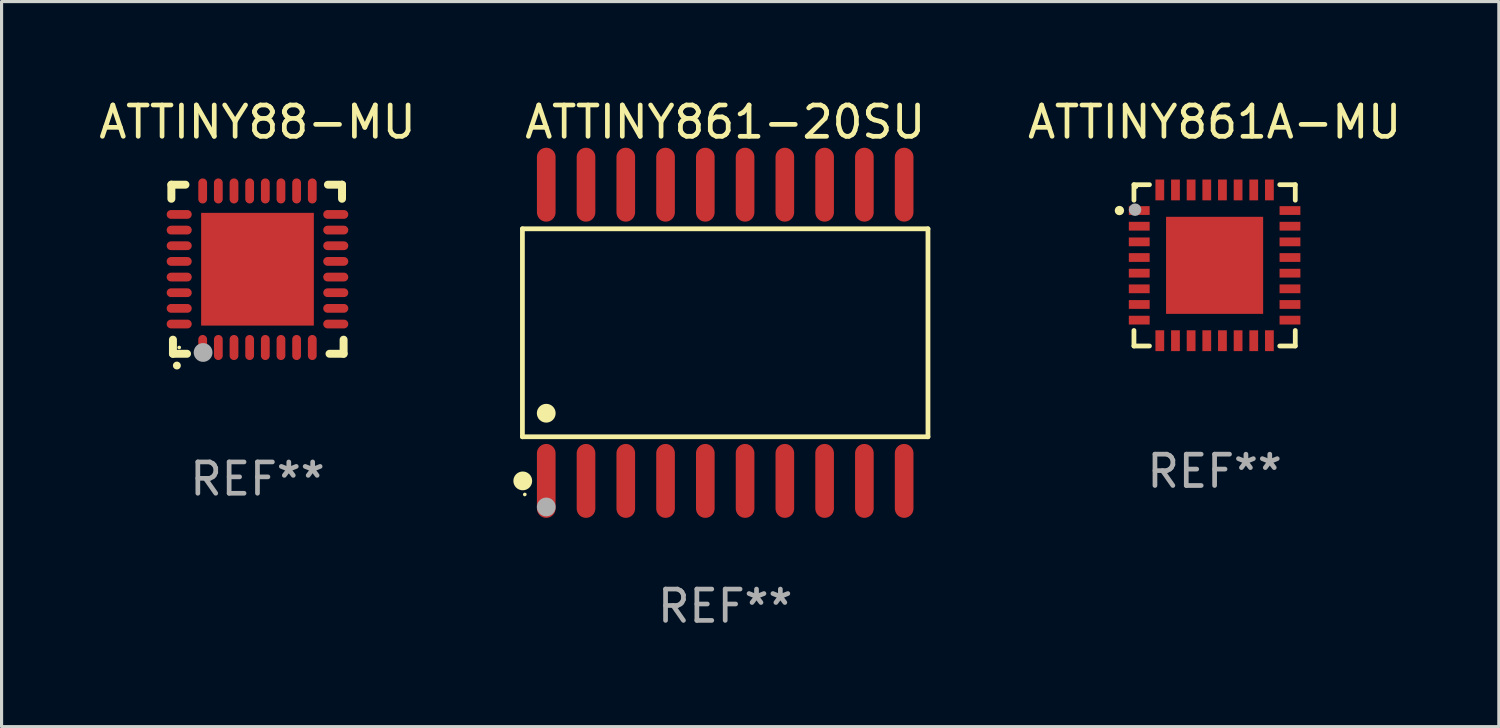
<source format=kicad_pcb>
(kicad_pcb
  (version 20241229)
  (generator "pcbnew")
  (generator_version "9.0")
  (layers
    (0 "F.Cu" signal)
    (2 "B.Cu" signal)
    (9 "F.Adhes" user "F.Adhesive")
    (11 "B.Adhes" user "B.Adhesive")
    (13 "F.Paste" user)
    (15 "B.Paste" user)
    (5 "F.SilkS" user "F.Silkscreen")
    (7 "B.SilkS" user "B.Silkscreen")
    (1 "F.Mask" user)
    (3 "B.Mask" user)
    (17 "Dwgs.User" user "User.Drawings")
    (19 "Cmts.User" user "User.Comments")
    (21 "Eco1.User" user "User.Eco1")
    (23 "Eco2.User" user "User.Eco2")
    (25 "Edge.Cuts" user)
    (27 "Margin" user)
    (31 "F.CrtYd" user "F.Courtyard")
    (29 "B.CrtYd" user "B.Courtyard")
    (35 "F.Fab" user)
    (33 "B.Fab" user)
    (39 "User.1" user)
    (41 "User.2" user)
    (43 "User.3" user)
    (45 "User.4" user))
  (footprint "ATTINY861A-MU"
    (layer "F.Cu")
    (at 35.74 5.424)
    (property "Reference" "ATTINY861A-MU" (at 0 -4.576 0) (layer "F.SilkS") (effects (font (size 1 1) (thickness 0.15))))
    (attr through_hole)
    (fp_line (start -2.576 -2.576) (end -2.576 -2.08) (stroke (width 0.152) (type solid)) (layer "F.SilkS"))
    (fp_line (start -2.576 2.576) (end -2.576 2.08) (stroke (width 0.152) (type solid)) (layer "F.SilkS"))
    (fp_line (start -2.08 -2.576) (end -2.576 -2.576) (stroke (width 0.152) (type solid)) (layer "F.SilkS"))
    (fp_line (start -2.08 2.576) (end -2.576 2.576) (stroke (width 0.152) (type solid)) (layer "F.SilkS"))
    (fp_line (start 2.08 -2.576) (end 2.576 -2.576) (stroke (width 0.152) (type solid)) (layer "F.SilkS"))
    (fp_line (start 2.08 2.576) (end 2.576 2.576) (stroke (width 0.152) (type solid)) (layer "F.SilkS"))
    (fp_line (start 2.576 -2.576) (end 2.576 -2.08) (stroke (width 0.152) (type solid)) (layer "F.SilkS"))
    (fp_line (start 2.576 2.576) (end 2.576 2.08) (stroke (width 0.152) (type solid)) (layer "F.SilkS"))
    (fp_circle (center -3.04 -1.75) (end -2.965 -1.75) (stroke (width 0.15) (type solid)) (fill no) (layer "F.SilkS"))
    (fp_circle (center -2.5 -2.5) (end -2.47 -2.5) (stroke (width 0.06) (type solid)) (fill no) (layer "F.SilkS"))
    (fp_circle (center -2.54 -1.778) (end -2.44 -1.778) (stroke (width 0.2) (type solid)) (fill no) (layer "F.Fab"))
    (fp_text user "REF**" (at 0 6.576 0) (layer "F.Fab") (effects (font (size 1 1) (thickness 0.15))))
    (pad "1" smd rect (at -2.407 -1.75) (size 0.665 0.28) (layers "F.Cu" "F.Mask" "F.Paste"))
    (pad "2" smd rect (at -2.407 -1.25) (size 0.665 0.28) (layers "F.Cu" "F.Mask" "F.Paste"))
    (pad "3" smd rect (at -2.407 -0.75) (size 0.665 0.28) (layers "F.Cu" "F.Mask" "F.Paste"))
    (pad "4" smd rect (at -2.407 -0.25) (size 0.665 0.28) (layers "F.Cu" "F.Mask" "F.Paste"))
    (pad "5" smd rect (at -2.407 0.25) (size 0.665 0.28) (layers "F.Cu" "F.Mask" "F.Paste"))
    (pad "6" smd rect (at -2.407 0.75) (size 0.665 0.28) (layers "F.Cu" "F.Mask" "F.Paste"))
    (pad "7" smd rect (at -2.407 1.25) (size 0.665 0.28) (layers "F.Cu" "F.Mask" "F.Paste"))
    (pad "8" smd rect (at -2.407 1.75) (size 0.665 0.28) (layers "F.Cu" "F.Mask" "F.Paste"))
    (pad "9" smd rect (at -1.75 2.407) (size 0.28 0.665) (layers "F.Cu" "F.Mask" "F.Paste"))
    (pad "10" smd rect (at -1.25 2.407) (size 0.28 0.665) (layers "F.Cu" "F.Mask" "F.Paste"))
    (pad "11" smd rect (at -0.75 2.407) (size 0.28 0.665) (layers "F.Cu" "F.Mask" "F.Paste"))
    (pad "12" smd rect (at -0.25 2.407) (size 0.28 0.665) (layers "F.Cu" "F.Mask" "F.Paste"))
    (pad "13" smd rect (at 0.25 2.407) (size 0.28 0.665) (layers "F.Cu" "F.Mask" "F.Paste"))
    (pad "14" smd rect (at 0.75 2.407) (size 0.28 0.665) (layers "F.Cu" "F.Mask" "F.Paste"))
    (pad "15" smd rect (at 1.25 2.407) (size 0.28 0.665) (layers "F.Cu" "F.Mask" "F.Paste"))
    (pad "16" smd rect (at 1.75 2.407) (size 0.28 0.665) (layers "F.Cu" "F.Mask" "F.Paste"))
    (pad "17" smd rect (at 2.407 1.75) (size 0.665 0.28) (layers "F.Cu" "F.Mask" "F.Paste"))
    (pad "18" smd rect (at 2.407 1.25) (size 0.665 0.28) (layers "F.Cu" "F.Mask" "F.Paste"))
    (pad "19" smd rect (at 2.407 0.75) (size 0.665 0.28) (layers "F.Cu" "F.Mask" "F.Paste"))
    (pad "20" smd rect (at 2.407 0.25) (size 0.665 0.28) (layers "F.Cu" "F.Mask" "F.Paste"))
    (pad "21" smd rect (at 2.407 -0.25) (size 0.665 0.28) (layers "F.Cu" "F.Mask" "F.Paste"))
    (pad "22" smd rect (at 2.407 -0.75) (size 0.665 0.28) (layers "F.Cu" "F.Mask" "F.Paste"))
    (pad "23" smd rect (at 2.407 -1.25) (size 0.665 0.28) (layers "F.Cu" "F.Mask" "F.Paste"))
    (pad "24" smd rect (at 2.407 -1.75) (size 0.665 0.28) (layers "F.Cu" "F.Mask" "F.Paste"))
    (pad "25" smd rect (at 1.75 -2.408) (size 0.28 0.665) (layers "F.Cu" "F.Mask" "F.Paste"))
    (pad "26" smd rect (at 1.25 -2.408) (size 0.28 0.665) (layers "F.Cu" "F.Mask" "F.Paste"))
    (pad "27" smd rect (at 0.75 -2.408) (size 0.28 0.665) (layers "F.Cu" "F.Mask" "F.Paste"))
    (pad "28" smd rect (at 0.25 -2.408) (size 0.28 0.665) (layers "F.Cu" "F.Mask" "F.Paste"))
    (pad "29" smd rect (at -0.25 -2.408) (size 0.28 0.665) (layers "F.Cu" "F.Mask" "F.Paste"))
    (pad "30" smd rect (at -0.75 -2.408) (size 0.28 0.665) (layers "F.Cu" "F.Mask" "F.Paste"))
    (pad "31" smd rect (at -1.25 -2.408) (size 0.28 0.665) (layers "F.Cu" "F.Mask" "F.Paste"))
    (pad "32" smd rect (at -1.75 -2.408) (size 0.28 0.665) (layers "F.Cu" "F.Mask" "F.Paste"))
    (pad "33" smd rect (at -0.000076 -0.000102) (size 3.1 3.1) (layers "F.Cu" "F.Mask" "F.Paste")))
  (footprint "ATTINY861-20SU"
    (layer "F.Cu")
    (at 20.11 7.578)
    (property "Reference" "ATTINY861-20SU" (at 0 -6.73 0) (layer "F.SilkS") (effects (font (size 1 1) (thickness 0.15))))
    (attr through_hole)
    (fp_line (start -6.476 -3.321) (end 6.476 -3.321) (stroke (width 0.152) (type solid)) (layer "F.SilkS"))
    (fp_line (start -6.476 3.321) (end -6.476 -3.321) (stroke (width 0.152) (type solid)) (layer "F.SilkS"))
    (fp_line (start 6.476 -3.321) (end 6.476 3.321) (stroke (width 0.152) (type solid)) (layer "F.SilkS"))
    (fp_line (start 6.476 3.321) (end -6.476 3.321) (stroke (width 0.152) (type solid)) (layer "F.SilkS"))
    (fp_circle (center -6.465 4.73) (end -6.315 4.73) (stroke (width 0.3) (type solid)) (fill no) (layer "F.SilkS"))
    (fp_circle (center -6.4 5.163) (end -6.37 5.163) (stroke (width 0.06) (type solid)) (fill no) (layer "F.SilkS"))
    (fp_circle (center -5.715 2.569) (end -5.565 2.569) (stroke (width 0.3) (type solid)) (fill no) (layer "F.SilkS"))
    (fp_circle (center -5.715 5.563) (end -5.565 5.563) (stroke (width 0.3) (type solid)) (fill no) (layer "F.Fab"))
    (fp_text user "REF**" (at 0 8.73 0) (layer "F.Fab") (effects (font (size 1 1) (thickness 0.15))))
    (pad "1" smd oval (at -5.715 4.73) (size 0.595 2.36) (layers "F.Cu" "F.Mask" "F.Paste"))
    (pad "2" smd oval (at -4.445 4.73) (size 0.595 2.36) (layers "F.Cu" "F.Mask" "F.Paste"))
    (pad "3" smd oval (at -3.175 4.73) (size 0.595 2.36) (layers "F.Cu" "F.Mask" "F.Paste"))
    (pad "4" smd oval (at -1.905 4.73) (size 0.595 2.36) (layers "F.Cu" "F.Mask" "F.Paste"))
    (pad "5" smd oval (at -0.635 4.73) (size 0.595 2.36) (layers "F.Cu" "F.Mask" "F.Paste"))
    (pad "6" smd oval (at 0.635 4.73) (size 0.595 2.36) (layers "F.Cu" "F.Mask" "F.Paste"))
    (pad "7" smd oval (at 1.905 4.73) (size 0.595 2.36) (layers "F.Cu" "F.Mask" "F.Paste"))
    (pad "8" smd oval (at 3.175 4.73) (size 0.595 2.36) (layers "F.Cu" "F.Mask" "F.Paste"))
    (pad "9" smd oval (at 4.445 4.73) (size 0.595 2.36) (layers "F.Cu" "F.Mask" "F.Paste"))
    (pad "10" smd oval (at 5.715 4.73) (size 0.595 2.36) (layers "F.Cu" "F.Mask" "F.Paste"))
    (pad "11" smd oval (at 5.715 -4.73) (size 0.595 2.36) (layers "F.Cu" "F.Mask" "F.Paste"))
    (pad "12" smd oval (at 4.445 -4.73) (size 0.595 2.36) (layers "F.Cu" "F.Mask" "F.Paste"))
    (pad "13" smd oval (at 3.175 -4.73) (size 0.595 2.36) (layers "F.Cu" "F.Mask" "F.Paste"))
    (pad "14" smd oval (at 1.905 -4.73) (size 0.595 2.36) (layers "F.Cu" "F.Mask" "F.Paste"))
    (pad "15" smd oval (at 0.635 -4.73) (size 0.595 2.36) (layers "F.Cu" "F.Mask" "F.Paste"))
    (pad "16" smd oval (at -0.635 -4.73) (size 0.595 2.36) (layers "F.Cu" "F.Mask" "F.Paste"))
    (pad "17" smd oval (at -1.905 -4.73) (size 0.595 2.36) (layers "F.Cu" "F.Mask" "F.Paste"))
    (pad "18" smd oval (at -3.175 -4.73) (size 0.595 2.36) (layers "F.Cu" "F.Mask" "F.Paste"))
    (pad "19" smd oval (at -4.445 -4.73) (size 0.595 2.36) (layers "F.Cu" "F.Mask" "F.Paste"))
    (pad "20" smd oval (at -5.715 -4.73) (size 0.595 2.36) (layers "F.Cu" "F.Mask" "F.Paste")))
  (footprint "ATTINY88-MU"
    (layer "F.Cu")
    (at 5.173 5.548)
    (property "Reference" "ATTINY88-MU" (at 0 -4.7 0) (layer "F.SilkS") (effects (font (size 1 1) (thickness 0.15))))
    (attr through_hole)
    (fp_line (start -2.75 -2.7) (end -2.75 -2.25) (stroke (width 0.254) (type solid)) (layer "F.SilkS"))
    (fp_line (start -2.7 2.7) (end -2.7 2.25) (stroke (width 0.254) (type solid)) (layer "F.SilkS"))
    (fp_line (start -2.3 -2.7) (end -2.75 -2.7) (stroke (width 0.254) (type solid)) (layer "F.SilkS"))
    (fp_line (start -2.25 2.7) (end -2.7 2.7) (stroke (width 0.254) (type solid)) (layer "F.SilkS"))
    (fp_line (start 2.3 2.7) (end 2.75 2.7) (stroke (width 0.254) (type solid)) (layer "F.SilkS"))
    (fp_line (start 2.7 -2.7) (end 2.25 -2.7) (stroke (width 0.254) (type solid)) (layer "F.SilkS"))
    (fp_line (start 2.7 -2.25) (end 2.7 -2.7) (stroke (width 0.254) (type solid)) (layer "F.SilkS"))
    (fp_line (start 2.75 2.7) (end 2.75 2.25) (stroke (width 0.254) (type solid)) (layer "F.SilkS"))
    (fp_arc (start -2.575565 3.075946) (mid -2.574295 3.07594) (end -2.573025 3.075946) (stroke (width 0.25) (type solid)) (layer "F.SilkS"))
    (fp_circle (center -2.5 2.5) (end -2.47 2.5) (stroke (width 0.06) (type solid)) (fill no) (layer "F.SilkS"))
    (fp_circle (center -1.737 2.659) (end -1.587 2.659) (stroke (width 0.3) (type solid)) (fill no) (layer "F.Fab"))
    (fp_text user "REF**" (at 0 6.7 0) (layer "F.Fab") (effects (font (size 1 1) (thickness 0.15))))
    (pad "1" smd oval (at -1.75 2.5) (size 0.28 0.8) (layers "F.Cu" "F.Mask" "F.Paste"))
    (pad "2" smd oval (at -1.25 2.5) (size 0.28 0.8) (layers "F.Cu" "F.Mask" "F.Paste"))
    (pad "3" smd oval (at -0.75 2.5) (size 0.28 0.8) (layers "F.Cu" "F.Mask" "F.Paste"))
    (pad "4" smd oval (at -0.25 2.5) (size 0.28 0.8) (layers "F.Cu" "F.Mask" "F.Paste"))
    (pad "5" smd oval (at 0.25 2.5) (size 0.28 0.8) (layers "F.Cu" "F.Mask" "F.Paste"))
    (pad "6" smd oval (at 0.75 2.5) (size 0.28 0.8) (layers "F.Cu" "F.Mask" "F.Paste"))
    (pad "7" smd oval (at 1.25 2.5) (size 0.28 0.8) (layers "F.Cu" "F.Mask" "F.Paste"))
    (pad "8" smd oval (at 1.75 2.5) (size 0.28 0.8) (layers "F.Cu" "F.Mask" "F.Paste"))
    (pad "9" smd oval (at 2.5 1.75) (size 0.8 0.28) (layers "F.Cu" "F.Mask" "F.Paste"))
    (pad "10" smd oval (at 2.5 1.25) (size 0.8 0.28) (layers "F.Cu" "F.Mask" "F.Paste"))
    (pad "11" smd oval (at 2.5 0.75) (size 0.8 0.28) (layers "F.Cu" "F.Mask" "F.Paste"))
    (pad "12" smd oval (at 2.5 0.25) (size 0.8 0.28) (layers "F.Cu" "F.Mask" "F.Paste"))
    (pad "13" smd oval (at 2.5 -0.25) (size 0.8 0.28) (layers "F.Cu" "F.Mask" "F.Paste"))
    (pad "14" smd oval (at 2.5 -0.75) (size 0.8 0.28) (layers "F.Cu" "F.Mask" "F.Paste"))
    (pad "15" smd oval (at 2.5 -1.25) (size 0.8 0.28) (layers "F.Cu" "F.Mask" "F.Paste"))
    (pad "16" smd oval (at 2.5 -1.75) (size 0.8 0.28) (layers "F.Cu" "F.Mask" "F.Paste"))
    (pad "17" smd oval (at 1.75 -2.5) (size 0.28 0.8) (layers "F.Cu" "F.Mask" "F.Paste"))
    (pad "18" smd oval (at 1.25 -2.5) (size 0.28 0.8) (layers "F.Cu" "F.Mask" "F.Paste"))
    (pad "19" smd oval (at 0.75 -2.5) (size 0.28 0.8) (layers "F.Cu" "F.Mask" "F.Paste"))
    (pad "20" smd oval (at 0.25 -2.5) (size 0.28 0.8) (layers "F.Cu" "F.Mask" "F.Paste"))
    (pad "21" smd oval (at -0.25 -2.5) (size 0.28 0.8) (layers "F.Cu" "F.Mask" "F.Paste"))
    (pad "22" smd oval (at -0.75 -2.5) (size 0.28 0.8) (layers "F.Cu" "F.Mask" "F.Paste"))
    (pad "23" smd oval (at -1.25 -2.5) (size 0.28 0.8) (layers "F.Cu" "F.Mask" "F.Paste"))
    (pad "24" smd oval (at -1.75 -2.5) (size 0.28 0.8) (layers "F.Cu" "F.Mask" "F.Paste"))
    (pad "25" smd oval (at -2.5 -1.75) (size 0.8 0.28) (layers "F.Cu" "F.Mask" "F.Paste"))
    (pad "26" smd oval (at -2.5 -1.25) (size 0.8 0.28) (layers "F.Cu" "F.Mask" "F.Paste"))
    (pad "27" smd oval (at -2.5 -0.75) (size 0.8 0.28) (layers "F.Cu" "F.Mask" "F.Paste"))
    (pad "28" smd oval (at -2.5 -0.25) (size 0.8 0.28) (layers "F.Cu" "F.Mask" "F.Paste"))
    (pad "29" smd oval (at -2.5 0.25) (size 0.8 0.28) (layers "F.Cu" "F.Mask" "F.Paste"))
    (pad "30" smd oval (at -2.5 0.75) (size 0.8 0.28) (layers "F.Cu" "F.Mask" "F.Paste"))
    (pad "31" smd oval (at -2.5 1.25) (size 0.8 0.28) (layers "F.Cu" "F.Mask" "F.Paste"))
    (pad "32" smd oval (at -2.5 1.75) (size 0.8 0.28) (layers "F.Cu" "F.Mask" "F.Paste"))
    (pad "33" smd rect (at 0.000076 0.000076) (size 3.6 3.6) (layers "F.Cu" "F.Mask" "F.Paste")))
  (gr_rect
    (start -3 -3)
    (end 44.817 20.156)
    (stroke (width 0.1) (type default))
    (fill no)
    (layer "Edge.Cuts")))
</source>
